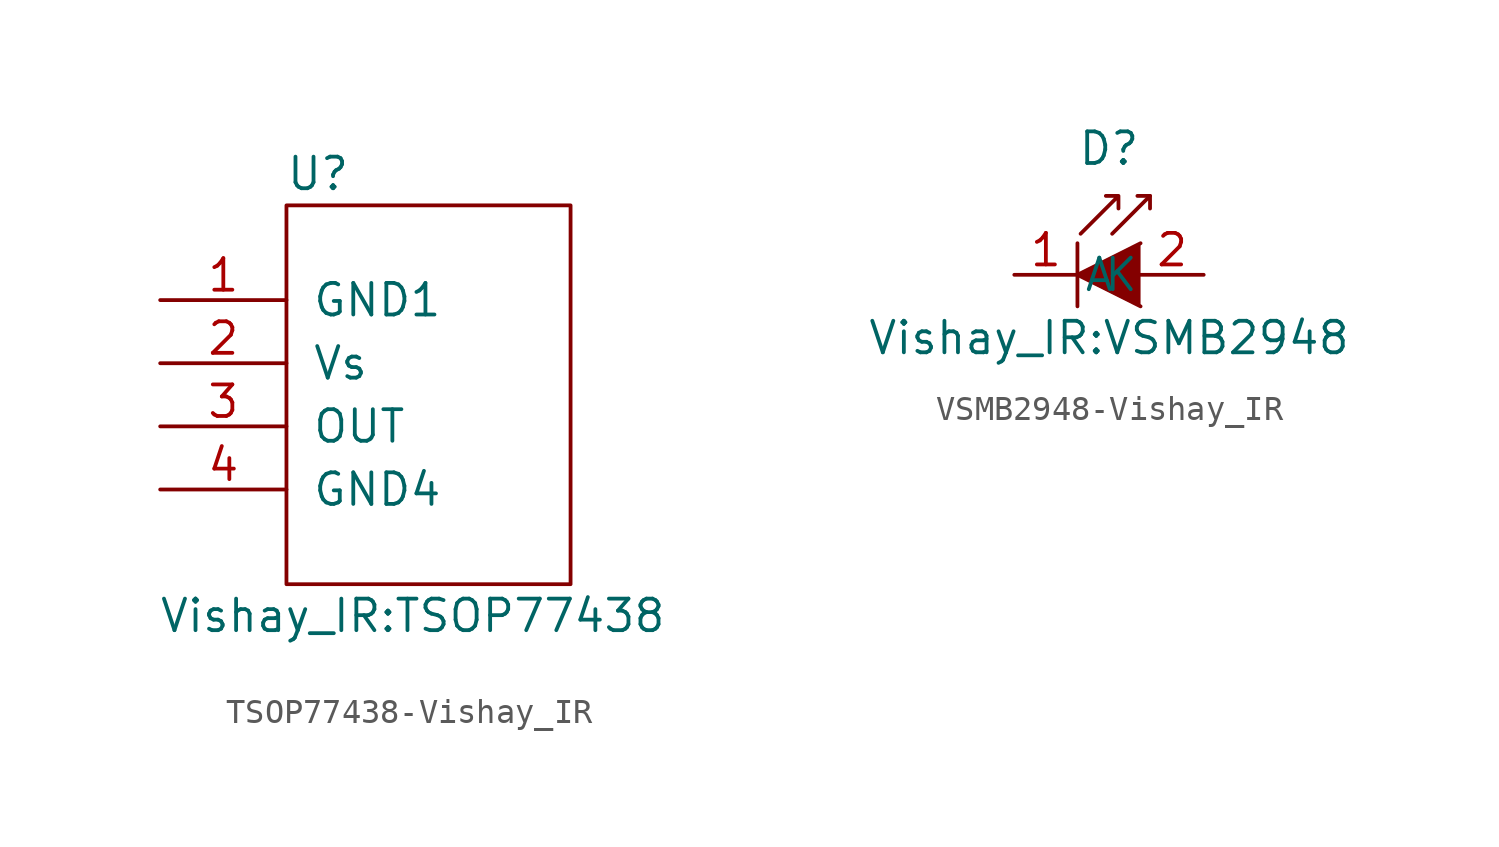
<source format=kicad_sym>
(kicad_symbol_lib
  (version 20220914)
  (generator kicad_symbol_editor)
  (symbol "TSOP77438-Vishay_IR"
    (pin_names
      (offset 1.016))
    (property "Reference" "U"
      (at -3.81 8.89 0)
      (effects (font (size 1.27 1.27))))
    (property "Value" "Vishay_IR:TSOP77438"
      (at 0 -8.89 0)
      (effects (font (size 1.27 1.27))))
    (symbol "TSOP77438-Vishay_IR_0_1"
      (rectangle (start -5.08 7.62) (end 6.35 -7.62) (stroke (width 0) (type solid)) (fill (type none))))
    (symbol "TSOP77438-Vishay_IR_1_1"
      (pin power_in line (at -10.16 3.81 0) (length 5.08) (name "GND1" (effects (font (size 1.27 1.27)))) (number "1" (effects (font (size 1.27 1.27)))))
      (pin power_in line (at -10.16 1.27 0) (length 5.08) (name "Vs" (effects (font (size 1.27 1.27)))) (number "2" (effects (font (size 1.27 1.27)))))
      (pin open_collector line (at -10.16 -1.27 0) (length 5.08) (name "OUT" (effects (font (size 1.27 1.27)))) (number "3" (effects (font (size 1.27 1.27)))))
      (pin open_collector line (at -10.16 -3.81 0) (length 5.08) (name "GND4" (effects (font (size 1.27 1.27)))) (number "4" (effects (font (size 1.27 1.27)))))))
  (symbol "VSMB2948-Vishay_IR"
    (pin_names
      (offset 1.016))
    (property "Reference" "D"
      (at 0 5.08 0)
      (effects (font (size 1.27 1.27))))
    (property "Value" "Vishay_IR:VSMB2948"
      (at 0 -2.54 0)
      (effects (font (size 1.27 1.27))))
    (symbol "VSMB2948-Vishay_IR_1_1"
      (polyline (pts (xy -1.27 1.27) (xy -1.27 -1.27)) (stroke (width 0.152) (type solid)) (fill (type none)))
      (polyline (pts (xy 1.651 3.175) (xy 1.143 3.175)) (stroke (width 0) (type solid)) (fill (type none)))
      (polyline (pts (xy 0.127 1.651) (xy 1.651 3.175) (xy 1.651 2.667)) (stroke (width 0) (type solid)) (fill (type none)))
      (polyline (pts (xy 1.27 1.27) (xy -1.27 0) (xy 1.27 -1.27)) (stroke (width 0) (type solid)) (fill (type outline)))
      (polyline (pts (xy -1.143 1.651) (xy 0.381 3.175) (xy 0.381 2.667) (xy 0.381 3.175) (xy -0.127 3.175)) (stroke (width 0) (type solid)) (fill (type none)))
      (pin passive line (at -3.81 0 0) (length 2.54) (name "K" (effects (font (size 1.27 1.27)))) (number "1" (effects (font (size 1.27 1.27)))))
      (pin passive line (at 3.81 0 180) (length 2.54) (name "A" (effects (font (size 1.27 1.27)))) (number "2" (effects (font (size 1.27 1.27))))))))
</source>
